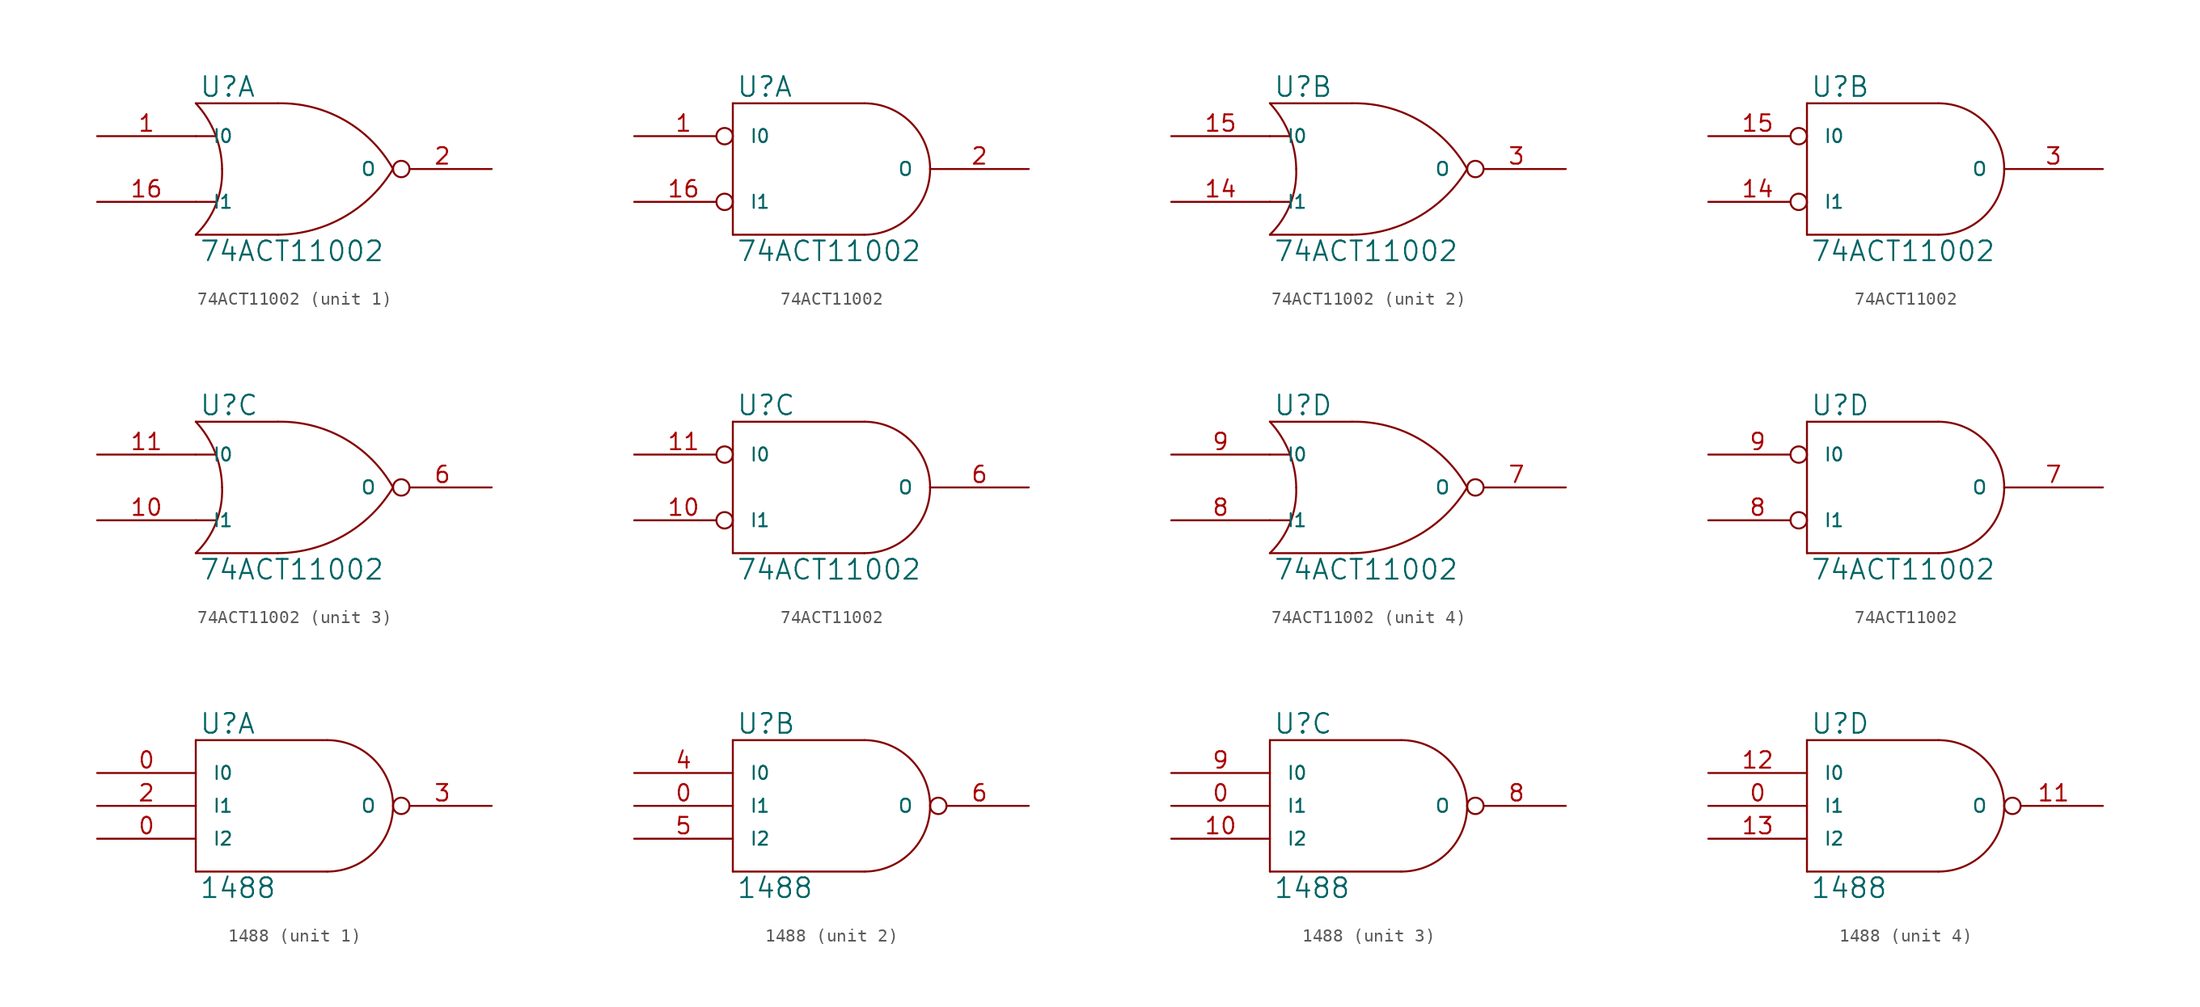
<source format=kicad_sym>
(kicad_symbol_lib
  (version 20231120)
  (generator "kicad_symbol_editor")
  (generator_version "8.0")
  (symbol "74ACT11002"
    (pin_names
      (offset 1.27))
    (property "Reference" "U"
      (at 0.254 0.381 0)
      (effects (font (size 1.524 1.524)) (justify left bottom)))
    (property "Value" "74ACT11002"
      (at 0.254 -10.541 0)
      (effects (font (size 1.524 1.524)) (justify left top)))
    (symbol "74ACT11002_0_1"
      (arc (start 0 -10.16) (mid 1.5573 -7.8293) (end 2.032 -5.08) (stroke (width 0) (type solid)) (fill (type none)))
      (polyline (pts (xy 0 -7.62) (xy 1.524 -7.62)) (stroke (width 0) (type solid)) (fill (type none)))
      (polyline (pts (xy 0 -2.54) (xy 1.524 -2.54)) (stroke (width 0) (type solid)) (fill (type none)))
      (polyline (pts (xy 6.35 -10.16) (xy 0 -10.16)) (stroke (width 0) (type solid)) (fill (type none)))
      (polyline (pts (xy 6.35 0) (xy 0 0)) (stroke (width 0) (type solid)) (fill (type none)))
      (arc (start 2.032 -5.08) (mid 1.4906 -2.3584) (end 0 0) (stroke (width 0) (type solid)) (fill (type none)))
      (arc (start 6.35 -10.16) (mid 11.4496 -8.7875) (end 15.24 -5.08) (stroke (width 0) (type solid)) (fill (type none)))
      (arc (start 15.24 -5.08) (mid 11.4893 -1.3041) (end 6.35 0) (stroke (width 0) (type solid)) (fill (type none))))
    (symbol "74ACT11002_0_2"
      (polyline (pts (xy 0 -10.16) (xy 10.16 -10.16)) (stroke (width 0) (type solid)) (fill (type none)))
      (polyline (pts (xy 0 0) (xy 0 -10.16)) (stroke (width 0) (type solid)) (fill (type none)))
      (polyline (pts (xy 10.16 0) (xy 0 0)) (stroke (width 0) (type solid)) (fill (type none)))
      (arc (start 10.16 -10.16) (mid 13.7521 -8.6721) (end 15.24 -5.08) (stroke (width 0) (type solid)) (fill (type none)))
      (arc (start 15.24 -5.08) (mid 13.7521 -1.4879) (end 10.16 0) (stroke (width 0) (type solid)) (fill (type none))))
    (symbol "74ACT11002_1_1"
      (pin input line (at -7.62 -2.54 0) (length 7.62) (name "I0" (effects (font (size 1.016 1.016)))) (number "1" (effects (font (size 1.27 1.27)))))
      (pin power_in line (at 2.54 0 270) (length 0) hide (name "VCC" (effects (font (size 1.016 1.016)))) (number "12" (effects (font (size 1.27 1.27)))))
      (pin power_in line (at 0 0 270) (length 0) hide (name "VCC" (effects (font (size 1.016 1.016)))) (number "13" (effects (font (size 1.27 1.27)))))
      (pin input line (at -7.62 -7.62 0) (length 7.62) (name "I1" (effects (font (size 1.016 1.016)))) (number "16" (effects (font (size 1.27 1.27)))))
      (pin output inverted (at 22.86 -5.08 180) (length 7.62) (name "O" (effects (font (size 1.016 1.016)))) (number "2" (effects (font (size 1.27 1.27)))))
      (pin power_in line (at 0 -10.16 90) (length 0) hide (name "GND" (effects (font (size 1.016 1.016)))) (number "4" (effects (font (size 1.27 1.27)))))
      (pin power_in line (at 2.54 -10.16 90) (length 0) hide (name "GND" (effects (font (size 1.016 1.016)))) (number "5" (effects (font (size 1.27 1.27))))))
    (symbol "74ACT11002_1_2"
      (pin input inverted (at -7.62 -2.54 0) (length 7.62) (name "I0" (effects (font (size 1.016 1.016)))) (number "1" (effects (font (size 1.27 1.27)))))
      (pin power_in line (at 2.54 0 270) (length 0) hide (name "VCC" (effects (font (size 1.016 1.016)))) (number "12" (effects (font (size 1.27 1.27)))))
      (pin power_in line (at 0 0 270) (length 0) hide (name "VCC" (effects (font (size 1.016 1.016)))) (number "13" (effects (font (size 1.27 1.27)))))
      (pin input inverted (at -7.62 -7.62 0) (length 7.62) (name "I1" (effects (font (size 1.016 1.016)))) (number "16" (effects (font (size 1.27 1.27)))))
      (pin output line (at 22.86 -5.08 180) (length 7.62) (name "O" (effects (font (size 1.016 1.016)))) (number "2" (effects (font (size 1.27 1.27)))))
      (pin power_in line (at 0 -10.16 90) (length 0) hide (name "GND" (effects (font (size 1.016 1.016)))) (number "4" (effects (font (size 1.27 1.27)))))
      (pin power_in line (at 2.54 -10.16 90) (length 0) hide (name "GND" (effects (font (size 1.016 1.016)))) (number "5" (effects (font (size 1.27 1.27))))))
    (symbol "74ACT11002_2_1"
      (pin power_in line (at 2.54 0 270) (length 0) hide (name "VCC" (effects (font (size 1.016 1.016)))) (number "12" (effects (font (size 1.27 1.27)))))
      (pin power_in line (at 0 0 270) (length 0) hide (name "VCC" (effects (font (size 1.016 1.016)))) (number "13" (effects (font (size 1.27 1.27)))))
      (pin input line (at -7.62 -7.62 0) (length 7.62) (name "I1" (effects (font (size 1.016 1.016)))) (number "14" (effects (font (size 1.27 1.27)))))
      (pin input line (at -7.62 -2.54 0) (length 7.62) (name "I0" (effects (font (size 1.016 1.016)))) (number "15" (effects (font (size 1.27 1.27)))))
      (pin output inverted (at 22.86 -5.08 180) (length 7.62) (name "O" (effects (font (size 1.016 1.016)))) (number "3" (effects (font (size 1.27 1.27)))))
      (pin power_in line (at 0 -10.16 90) (length 0) hide (name "GND" (effects (font (size 1.016 1.016)))) (number "4" (effects (font (size 1.27 1.27)))))
      (pin power_in line (at 2.54 -10.16 90) (length 0) hide (name "GND" (effects (font (size 1.016 1.016)))) (number "5" (effects (font (size 1.27 1.27))))))
    (symbol "74ACT11002_2_2"
      (pin power_in line (at 2.54 0 270) (length 0) hide (name "VCC" (effects (font (size 1.016 1.016)))) (number "12" (effects (font (size 1.27 1.27)))))
      (pin power_in line (at 0 0 270) (length 0) hide (name "VCC" (effects (font (size 1.016 1.016)))) (number "13" (effects (font (size 1.27 1.27)))))
      (pin input inverted (at -7.62 -7.62 0) (length 7.62) (name "I1" (effects (font (size 1.016 1.016)))) (number "14" (effects (font (size 1.27 1.27)))))
      (pin input inverted (at -7.62 -2.54 0) (length 7.62) (name "I0" (effects (font (size 1.016 1.016)))) (number "15" (effects (font (size 1.27 1.27)))))
      (pin output line (at 22.86 -5.08 180) (length 7.62) (name "O" (effects (font (size 1.016 1.016)))) (number "3" (effects (font (size 1.27 1.27)))))
      (pin power_in line (at 0 -10.16 90) (length 0) hide (name "GND" (effects (font (size 1.016 1.016)))) (number "4" (effects (font (size 1.27 1.27)))))
      (pin power_in line (at 2.54 -10.16 90) (length 0) hide (name "GND" (effects (font (size 1.016 1.016)))) (number "5" (effects (font (size 1.27 1.27))))))
    (symbol "74ACT11002_3_1"
      (pin input line (at -7.62 -7.62 0) (length 7.62) (name "I1" (effects (font (size 1.016 1.016)))) (number "10" (effects (font (size 1.27 1.27)))))
      (pin input line (at -7.62 -2.54 0) (length 7.62) (name "I0" (effects (font (size 1.016 1.016)))) (number "11" (effects (font (size 1.27 1.27)))))
      (pin power_in line (at 2.54 0 270) (length 0) hide (name "VCC" (effects (font (size 1.016 1.016)))) (number "12" (effects (font (size 1.27 1.27)))))
      (pin power_in line (at 0 0 270) (length 0) hide (name "VCC" (effects (font (size 1.016 1.016)))) (number "13" (effects (font (size 1.27 1.27)))))
      (pin power_in line (at 0 -10.16 90) (length 0) hide (name "GND" (effects (font (size 1.016 1.016)))) (number "4" (effects (font (size 1.27 1.27)))))
      (pin power_in line (at 2.54 -10.16 90) (length 0) hide (name "GND" (effects (font (size 1.016 1.016)))) (number "5" (effects (font (size 1.27 1.27)))))
      (pin output inverted (at 22.86 -5.08 180) (length 7.62) (name "O" (effects (font (size 1.016 1.016)))) (number "6" (effects (font (size 1.27 1.27))))))
    (symbol "74ACT11002_3_2"
      (pin input inverted (at -7.62 -7.62 0) (length 7.62) (name "I1" (effects (font (size 1.016 1.016)))) (number "10" (effects (font (size 1.27 1.27)))))
      (pin input inverted (at -7.62 -2.54 0) (length 7.62) (name "I0" (effects (font (size 1.016 1.016)))) (number "11" (effects (font (size 1.27 1.27)))))
      (pin power_in line (at 2.54 0 270) (length 0) hide (name "VCC" (effects (font (size 1.016 1.016)))) (number "12" (effects (font (size 1.27 1.27)))))
      (pin power_in line (at 0 0 270) (length 0) hide (name "VCC" (effects (font (size 1.016 1.016)))) (number "13" (effects (font (size 1.27 1.27)))))
      (pin power_in line (at 0 -10.16 90) (length 0) hide (name "GND" (effects (font (size 1.016 1.016)))) (number "4" (effects (font (size 1.27 1.27)))))
      (pin power_in line (at 2.54 -10.16 90) (length 0) hide (name "GND" (effects (font (size 1.016 1.016)))) (number "5" (effects (font (size 1.27 1.27)))))
      (pin output line (at 22.86 -5.08 180) (length 7.62) (name "O" (effects (font (size 1.016 1.016)))) (number "6" (effects (font (size 1.27 1.27))))))
    (symbol "74ACT11002_4_1"
      (pin power_in line (at 2.54 0 270) (length 0) hide (name "VCC" (effects (font (size 1.016 1.016)))) (number "12" (effects (font (size 1.27 1.27)))))
      (pin power_in line (at 0 0 270) (length 0) hide (name "VCC" (effects (font (size 1.016 1.016)))) (number "13" (effects (font (size 1.27 1.27)))))
      (pin power_in line (at 0 -10.16 90) (length 0) hide (name "GND" (effects (font (size 1.016 1.016)))) (number "4" (effects (font (size 1.27 1.27)))))
      (pin power_in line (at 2.54 -10.16 90) (length 0) hide (name "GND" (effects (font (size 1.016 1.016)))) (number "5" (effects (font (size 1.27 1.27)))))
      (pin output inverted (at 22.86 -5.08 180) (length 7.62) (name "O" (effects (font (size 1.016 1.016)))) (number "7" (effects (font (size 1.27 1.27)))))
      (pin input line (at -7.62 -7.62 0) (length 7.62) (name "I1" (effects (font (size 1.016 1.016)))) (number "8" (effects (font (size 1.27 1.27)))))
      (pin input line (at -7.62 -2.54 0) (length 7.62) (name "I0" (effects (font (size 1.016 1.016)))) (number "9" (effects (font (size 1.27 1.27))))))
    (symbol "74ACT11002_4_2"
      (pin power_in line (at 2.54 0 270) (length 0) hide (name "VCC" (effects (font (size 1.016 1.016)))) (number "12" (effects (font (size 1.27 1.27)))))
      (pin power_in line (at 0 0 270) (length 0) hide (name "VCC" (effects (font (size 1.016 1.016)))) (number "13" (effects (font (size 1.27 1.27)))))
      (pin power_in line (at 0 -10.16 90) (length 0) hide (name "GND" (effects (font (size 1.016 1.016)))) (number "4" (effects (font (size 1.27 1.27)))))
      (pin power_in line (at 2.54 -10.16 90) (length 0) hide (name "GND" (effects (font (size 1.016 1.016)))) (number "5" (effects (font (size 1.27 1.27)))))
      (pin output line (at 22.86 -5.08 180) (length 7.62) (name "O" (effects (font (size 1.016 1.016)))) (number "7" (effects (font (size 1.27 1.27)))))
      (pin input inverted (at -7.62 -7.62 0) (length 7.62) (name "I1" (effects (font (size 1.016 1.016)))) (number "8" (effects (font (size 1.27 1.27)))))
      (pin input inverted (at -7.62 -2.54 0) (length 7.62) (name "I0" (effects (font (size 1.016 1.016)))) (number "9" (effects (font (size 1.27 1.27)))))))
  (symbol "1488"
    (pin_names
      (offset 1.27))
    (property "Reference" "U"
      (at 0.254 0.381 0)
      (effects (font (size 1.524 1.524)) (justify left bottom)))
    (property "Value" "1488"
      (at 0.254 -10.541 0)
      (effects (font (size 1.524 1.524)) (justify left top)))
    (symbol "1488_0_1"
      (polyline (pts (xy 0 -10.16) (xy 10.16 -10.16)) (stroke (width 0) (type solid)) (fill (type none)))
      (polyline (pts (xy 0 0) (xy 0 -10.16)) (stroke (width 0) (type solid)) (fill (type none)))
      (polyline (pts (xy 10.16 0) (xy 0 0)) (stroke (width 0) (type solid)) (fill (type none)))
      (arc (start 10.16 -10.16) (mid 13.7521 -8.6721) (end 15.24 -5.08) (stroke (width 0) (type solid)) (fill (type none)))
      (arc (start 15.24 -5.08) (mid 13.7521 -1.4879) (end 10.16 0) (stroke (width 0) (type solid)) (fill (type none))))
    (symbol "1488_1_1"
      (pin input line (at -7.62 -2.54 0) (length 7.62) (name "I0" (effects (font (size 1.016 1.016)))) (number "0" (effects (font (size 1.27 1.27)))))
      (pin input line (at -7.62 -7.62 0) (length 7.62) (name "I2" (effects (font (size 1.016 1.016)))) (number "0" (effects (font (size 1.27 1.27)))))
      (pin power_in line (at 0 0 270) (length 0) hide (name "V-" (effects (font (size 1.016 1.016)))) (number "1" (effects (font (size 1.27 1.27)))))
      (pin power_in line (at 2.54 0 270) (length 0) hide (name "V+" (effects (font (size 1.016 1.016)))) (number "14" (effects (font (size 1.27 1.27)))))
      (pin input line (at -7.62 -5.08 0) (length 7.62) (name "I1" (effects (font (size 1.016 1.016)))) (number "2" (effects (font (size 1.27 1.27)))))
      (pin open_collector inverted (at 22.86 -5.08 180) (length 7.62) (name "O" (effects (font (size 1.016 1.016)))) (number "3" (effects (font (size 1.27 1.27)))))
      (pin power_in line (at 0 -10.16 90) (length 0) hide (name "GND" (effects (font (size 1.016 1.016)))) (number "7" (effects (font (size 1.27 1.27))))))
    (symbol "1488_2_1"
      (pin input line (at -7.62 -5.08 0) (length 7.62) (name "I1" (effects (font (size 1.016 1.016)))) (number "0" (effects (font (size 1.27 1.27)))))
      (pin power_in line (at 0 0 270) (length 0) hide (name "V-" (effects (font (size 1.016 1.016)))) (number "1" (effects (font (size 1.27 1.27)))))
      (pin power_in line (at 2.54 0 270) (length 0) hide (name "V+" (effects (font (size 1.016 1.016)))) (number "14" (effects (font (size 1.27 1.27)))))
      (pin input line (at -7.62 -2.54 0) (length 7.62) (name "I0" (effects (font (size 1.016 1.016)))) (number "4" (effects (font (size 1.27 1.27)))))
      (pin input line (at -7.62 -7.62 0) (length 7.62) (name "I2" (effects (font (size 1.016 1.016)))) (number "5" (effects (font (size 1.27 1.27)))))
      (pin open_collector inverted (at 22.86 -5.08 180) (length 7.62) (name "O" (effects (font (size 1.016 1.016)))) (number "6" (effects (font (size 1.27 1.27)))))
      (pin power_in line (at 0 -10.16 90) (length 0) hide (name "GND" (effects (font (size 1.016 1.016)))) (number "7" (effects (font (size 1.27 1.27))))))
    (symbol "1488_3_1"
      (pin input line (at -7.62 -5.08 0) (length 7.62) (name "I1" (effects (font (size 1.016 1.016)))) (number "0" (effects (font (size 1.27 1.27)))))
      (pin power_in line (at 0 0 270) (length 0) hide (name "V-" (effects (font (size 1.016 1.016)))) (number "1" (effects (font (size 1.27 1.27)))))
      (pin input line (at -7.62 -7.62 0) (length 7.62) (name "I2" (effects (font (size 1.016 1.016)))) (number "10" (effects (font (size 1.27 1.27)))))
      (pin power_in line (at 2.54 0 270) (length 0) hide (name "V+" (effects (font (size 1.016 1.016)))) (number "14" (effects (font (size 1.27 1.27)))))
      (pin power_in line (at 0 -10.16 90) (length 0) hide (name "GND" (effects (font (size 1.016 1.016)))) (number "7" (effects (font (size 1.27 1.27)))))
      (pin open_collector inverted (at 22.86 -5.08 180) (length 7.62) (name "O" (effects (font (size 1.016 1.016)))) (number "8" (effects (font (size 1.27 1.27)))))
      (pin input line (at -7.62 -2.54 0) (length 7.62) (name "I0" (effects (font (size 1.016 1.016)))) (number "9" (effects (font (size 1.27 1.27))))))
    (symbol "1488_4_1"
      (pin input line (at -7.62 -5.08 0) (length 7.62) (name "I1" (effects (font (size 1.016 1.016)))) (number "0" (effects (font (size 1.27 1.27)))))
      (pin power_in line (at 0 0 270) (length 0) hide (name "V-" (effects (font (size 1.016 1.016)))) (number "1" (effects (font (size 1.27 1.27)))))
      (pin open_collector inverted (at 22.86 -5.08 180) (length 7.62) (name "O" (effects (font (size 1.016 1.016)))) (number "11" (effects (font (size 1.27 1.27)))))
      (pin input line (at -7.62 -2.54 0) (length 7.62) (name "I0" (effects (font (size 1.016 1.016)))) (number "12" (effects (font (size 1.27 1.27)))))
      (pin input line (at -7.62 -7.62 0) (length 7.62) (name "I2" (effects (font (size 1.016 1.016)))) (number "13" (effects (font (size 1.27 1.27)))))
      (pin power_in line (at 2.54 0 270) (length 0) hide (name "V+" (effects (font (size 1.016 1.016)))) (number "14" (effects (font (size 1.27 1.27)))))
      (pin power_in line (at 0 -10.16 90) (length 0) hide (name "GND" (effects (font (size 1.016 1.016)))) (number "7" (effects (font (size 1.27 1.27))))))))
</source>
